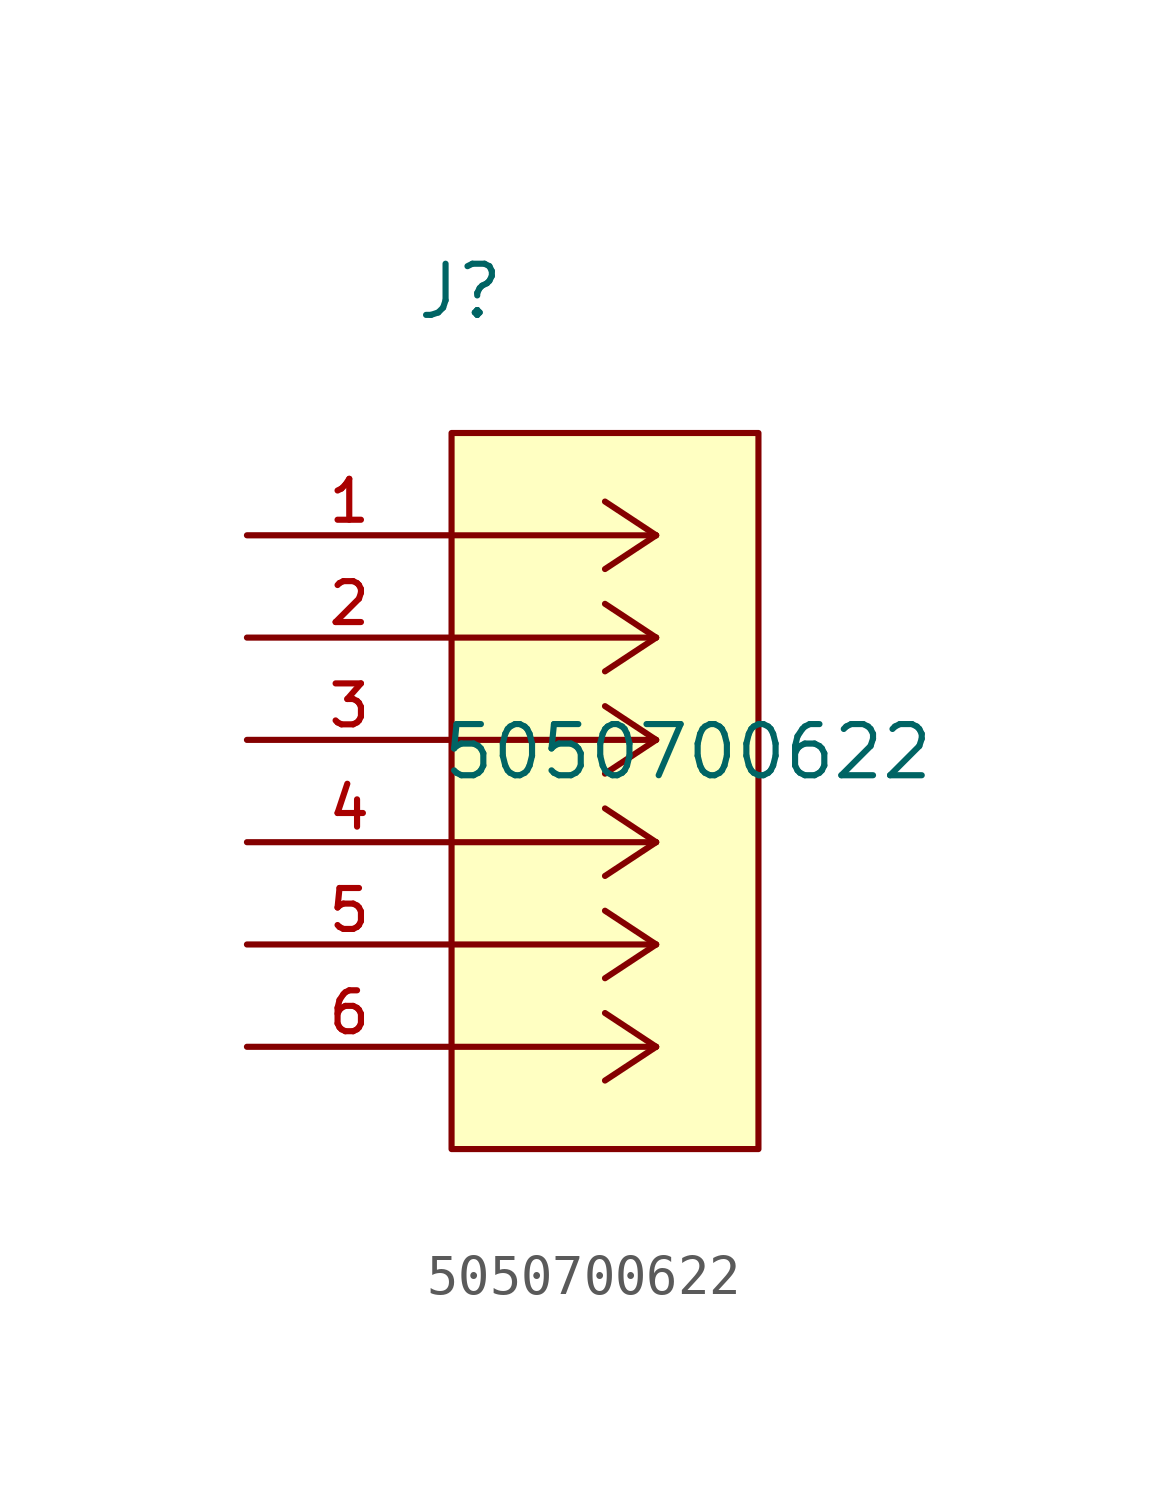
<source format=kicad_sym>
(kicad_symbol_lib
  (version 20211014)
  (generator kicad_symbol_editor)
  (symbol "5050700622"
    (pin_names
      (offset 1.016))
    (property "Reference" "J"
      (at 4.166 5.309 0.0)
      (effects (font (size 1.27 1.27)) (justify bottom left)))
    (property "Value" "5050700622"
      (at 4.801 -6.121 0.0)
      (effects (font (size 1.27 1.27)) (justify bottom left)))
    (symbol "5050700622_0_0"
      (polyline (pts (xy 10.16 0.0) (xy 5.08 0.0)) (stroke (width 0.152)))
      (polyline (pts (xy 10.16 -2.54) (xy 5.08 -2.54)) (stroke (width 0.152)))
      (polyline (pts (xy 10.16 -5.08) (xy 5.08 -5.08)) (stroke (width 0.152)))
      (polyline (pts (xy 10.16 -7.62) (xy 5.08 -7.62)) (stroke (width 0.152)))
      (polyline (pts (xy 10.16 -10.16) (xy 5.08 -10.16)) (stroke (width 0.152)))
      (polyline (pts (xy 10.16 -12.7) (xy 5.08 -12.7)) (stroke (width 0.152)))
      (polyline (pts (xy 10.16 0.0) (xy 8.89 0.838)) (stroke (width 0.152)))
      (polyline (pts (xy 10.16 -2.54) (xy 8.89 -1.702)) (stroke (width 0.152)))
      (polyline (pts (xy 10.16 -5.08) (xy 8.89 -4.242)) (stroke (width 0.152)))
      (polyline (pts (xy 10.16 -7.62) (xy 8.89 -6.782)) (stroke (width 0.152)))
      (polyline (pts (xy 10.16 -10.16) (xy 8.89 -9.322)) (stroke (width 0.152)))
      (polyline (pts (xy 10.16 -12.7) (xy 8.89 -11.862)) (stroke (width 0.152)))
      (polyline (pts (xy 10.16 0.0) (xy 8.89 -0.838)) (stroke (width 0.152)))
      (polyline (pts (xy 10.16 -2.54) (xy 8.89 -3.378)) (stroke (width 0.152)))
      (polyline (pts (xy 10.16 -5.08) (xy 8.89 -5.918)) (stroke (width 0.152)))
      (polyline (pts (xy 10.16 -7.62) (xy 8.89 -8.458)) (stroke (width 0.152)))
      (polyline (pts (xy 10.16 -10.16) (xy 8.89 -10.998)) (stroke (width 0.152)))
      (polyline (pts (xy 10.16 -12.7) (xy 8.89 -13.538)) (stroke (width 0.152)))
      (rectangle (start 5.08 -15.24) (end 12.7 2.54) (stroke (width 0.152)) (fill (type background)))
      (pin passive line (at 0.0 0.0 0) (length 5.08) (name "~" (effects (font (size 1.016 1.016)))) (number "1" (effects (font (size 1.016 1.016)))))
      (pin passive line (at 0.0 -2.54 0) (length 5.08) (name "~" (effects (font (size 1.016 1.016)))) (number "2" (effects (font (size 1.016 1.016)))))
      (pin passive line (at 0.0 -5.08 0) (length 5.08) (name "~" (effects (font (size 1.016 1.016)))) (number "3" (effects (font (size 1.016 1.016)))))
      (pin passive line (at 0.0 -7.62 0) (length 5.08) (name "~" (effects (font (size 1.016 1.016)))) (number "4" (effects (font (size 1.016 1.016)))))
      (pin passive line (at 0.0 -10.16 0) (length 5.08) (name "~" (effects (font (size 1.016 1.016)))) (number "5" (effects (font (size 1.016 1.016)))))
      (pin passive line (at 0.0 -12.7 0) (length 5.08) (name "~" (effects (font (size 1.016 1.016)))) (number "6" (effects (font (size 1.016 1.016))))))))
</source>
